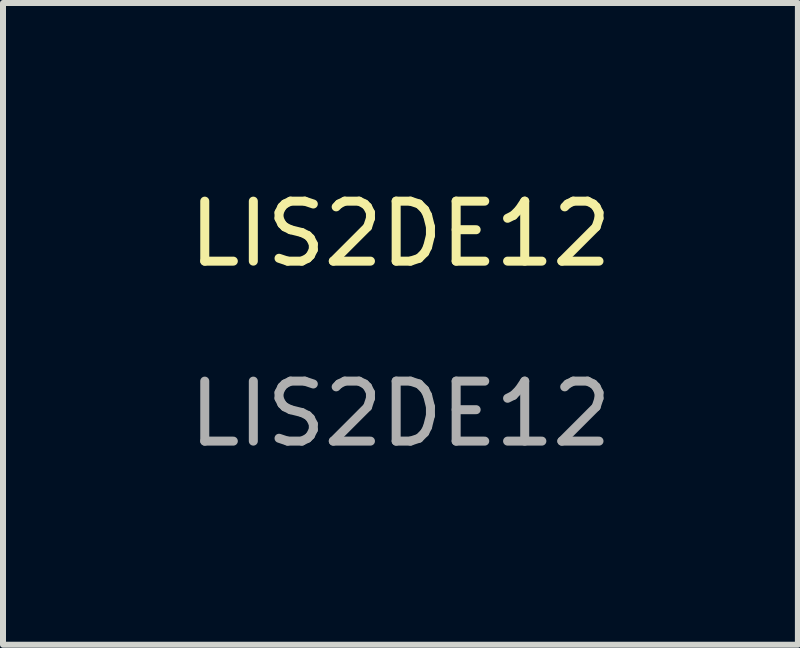
<source format=kicad_pcb>
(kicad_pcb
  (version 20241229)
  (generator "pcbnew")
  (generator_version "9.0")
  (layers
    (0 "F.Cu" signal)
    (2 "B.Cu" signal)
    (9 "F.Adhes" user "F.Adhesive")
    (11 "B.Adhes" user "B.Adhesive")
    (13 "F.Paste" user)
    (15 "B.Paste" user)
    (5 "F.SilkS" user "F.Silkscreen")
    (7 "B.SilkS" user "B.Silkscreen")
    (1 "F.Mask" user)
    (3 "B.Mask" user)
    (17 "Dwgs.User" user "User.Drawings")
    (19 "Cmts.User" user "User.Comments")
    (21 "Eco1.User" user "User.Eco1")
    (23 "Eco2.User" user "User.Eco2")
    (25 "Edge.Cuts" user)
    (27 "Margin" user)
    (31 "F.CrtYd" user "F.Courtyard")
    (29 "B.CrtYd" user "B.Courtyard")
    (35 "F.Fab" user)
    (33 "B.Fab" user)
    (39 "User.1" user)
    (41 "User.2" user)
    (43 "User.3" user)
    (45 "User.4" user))
  (footprint "LIS2DE12"
    (layer "F.Cu")
    (at 3.625 1.348)
    (property "Reference" "LIS2DE12" (at 0 -0.5 0) (unlocked yes) (layer "F.SilkS") (effects (font (size 1 1) (thickness 0.15))))
    (attr smd)
    (fp_text user "${REFERENCE}" (at 0 2.5 0) (unlocked yes) (layer "F.Fab") (effects (font (size 1 1) (thickness 0.15)))))
  (gr_rect
    (start -3 -3)
    (end 10.25 7.697)
    (stroke (width 0.1) (type default))
    (fill no)
    (layer "Edge.Cuts")))
</source>
